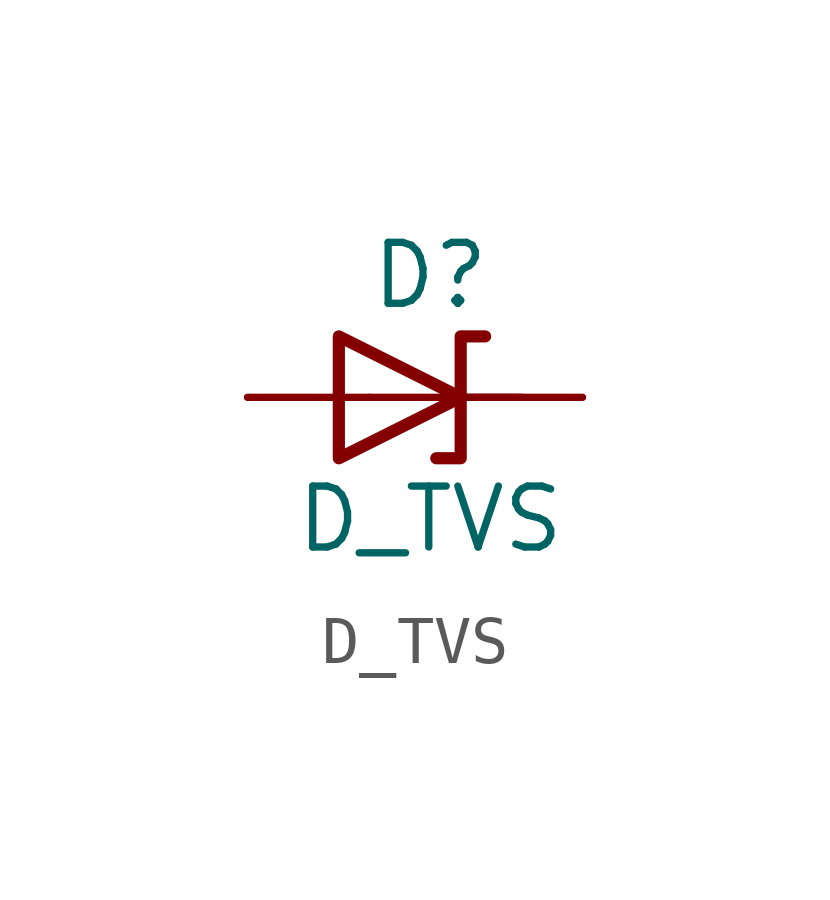
<source format=kicad_sym>
(kicad_symbol_lib
  (version 20211014)
  (generator kicad_symbol_editor)
  (symbol "D_TVS"
    (pin_numbers hide)
    (pin_names
      (offset 1.016) hide)
    (property "Reference" "D"
      (at 0 2.54 0)
      (effects (font (size 1.27 1.27))))
    (property "Value" "D_TVS"
      (at 0 -2.54 0)
      (effects (font (size 1.27 1.27))))
    (symbol "D_TVS_0_1"
      (polyline (pts (xy 1.905 0) (xy -1.27 0)) (stroke (width 0) (type default) (color 0 0 0 0)) (fill (type none)))
      (polyline (pts (xy 1.143 1.27) (xy 0.635 1.27) (xy 0.635 -1.27) (xy 0.127 -1.27)) (stroke (width 0.254) (type default) (color 0 0 0 0)) (fill (type none)))
      (polyline (pts (xy -1.905 1.27) (xy -1.905 -1.27) (xy 0.635 0) (xy 0.635 0) (xy -1.905 1.27)) (stroke (width 0.254) (type default) (color 0 0 0 0)) (fill (type none))))
    (symbol "D_TVS_1_1"
      (pin passive line (at 3.175 0 180) (length 2.54) (name "A2" (effects (font (size 1.27 1.27)))) (number "1" (effects (font (size 1.27 1.27)))))
      (pin passive line (at -3.81 0 0) (length 2.54) (name "A1" (effects (font (size 1.27 1.27)))) (number "2" (effects (font (size 1.27 1.27))))))))
</source>
